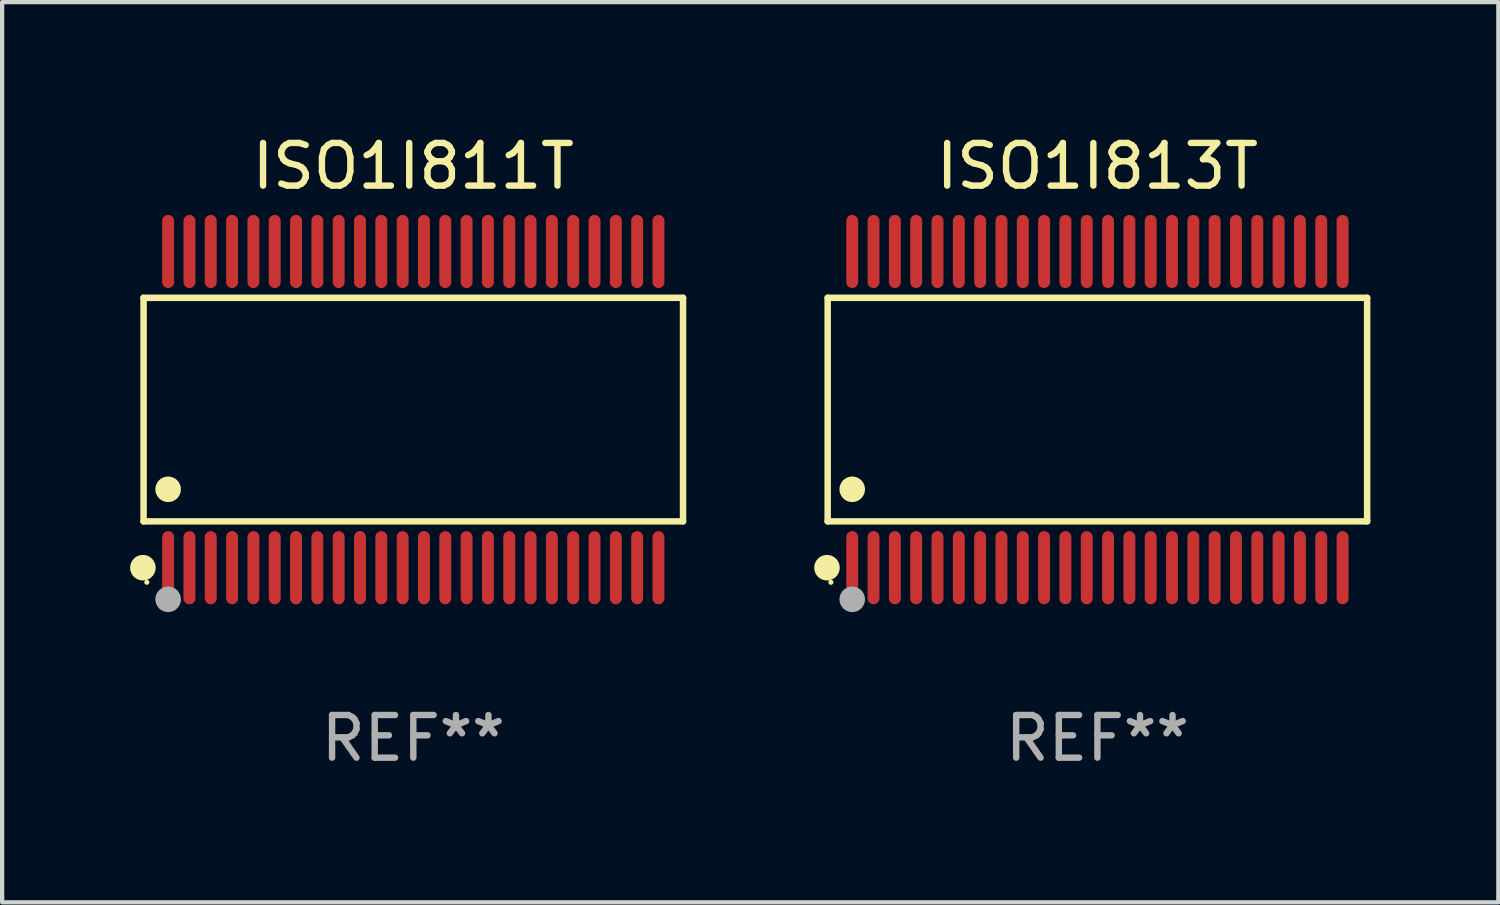
<source format=kicad_pcb>
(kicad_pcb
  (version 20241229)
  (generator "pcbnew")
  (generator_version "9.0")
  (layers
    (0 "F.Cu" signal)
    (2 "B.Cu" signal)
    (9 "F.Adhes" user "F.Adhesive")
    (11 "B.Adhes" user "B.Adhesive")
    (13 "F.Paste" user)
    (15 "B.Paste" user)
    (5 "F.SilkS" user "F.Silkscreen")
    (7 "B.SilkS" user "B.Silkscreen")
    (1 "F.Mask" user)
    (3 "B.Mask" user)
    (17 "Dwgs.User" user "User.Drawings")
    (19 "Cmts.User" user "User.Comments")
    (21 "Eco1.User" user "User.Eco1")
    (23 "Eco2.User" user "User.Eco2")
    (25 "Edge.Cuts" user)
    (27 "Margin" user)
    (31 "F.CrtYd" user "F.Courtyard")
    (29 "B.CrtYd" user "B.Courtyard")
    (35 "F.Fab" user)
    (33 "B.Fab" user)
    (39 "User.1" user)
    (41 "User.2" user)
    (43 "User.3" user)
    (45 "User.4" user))
  (footprint "ISO1I811T"
    (layer "F.Cu")
    (at 6.643 6.556)
    (property "Reference" "ISO1I811T" (at 0 -5.708 0) (layer "F.SilkS") (effects (font (size 1 1) (thickness 0.15))))
    (attr through_hole)
    (fp_line (start -6.326 -2.622) (end 6.326 -2.622) (stroke (width 0.152) (type solid)) (layer "F.SilkS"))
    (fp_line (start -6.326 2.621) (end -6.326 -2.622) (stroke (width 0.152) (type solid)) (layer "F.SilkS"))
    (fp_line (start 6.326 -2.622) (end 6.326 2.621) (stroke (width 0.152) (type solid)) (layer "F.SilkS"))
    (fp_line (start 6.326 2.621) (end -6.326 2.621) (stroke (width 0.152) (type solid)) (layer "F.SilkS"))
    (fp_circle (center -6.342 3.708) (end -6.192 3.708) (stroke (width 0.3) (type solid)) (fill no) (layer "F.SilkS"))
    (fp_circle (center -6.25 4.05) (end -6.22 4.05) (stroke (width 0.06) (type solid)) (fill no) (layer "F.SilkS"))
    (fp_circle (center -5.75 1.869) (end -5.6 1.869) (stroke (width 0.3) (type solid)) (fill no) (layer "F.SilkS"))
    (fp_circle (center -5.75 4.45) (end -5.6 4.45) (stroke (width 0.3) (type solid)) (fill no) (layer "F.Fab"))
    (fp_text user "REF**" (at 0 7.708 0) (layer "F.Fab") (effects (font (size 1 1) (thickness 0.15))))
    (pad "1" smd oval (at -5.75 3.708) (size 0.28 1.715) (layers "F.Cu" "F.Mask" "F.Paste"))
    (pad "2" smd oval (at -5.25 3.708) (size 0.28 1.715) (layers "F.Cu" "F.Mask" "F.Paste"))
    (pad "3" smd oval (at -4.75 3.708) (size 0.28 1.715) (layers "F.Cu" "F.Mask" "F.Paste"))
    (pad "4" smd oval (at -4.25 3.708) (size 0.28 1.715) (layers "F.Cu" "F.Mask" "F.Paste"))
    (pad "5" smd oval (at -3.75 3.708) (size 0.28 1.715) (layers "F.Cu" "F.Mask" "F.Paste"))
    (pad "6" smd oval (at -3.25 3.708) (size 0.28 1.715) (layers "F.Cu" "F.Mask" "F.Paste"))
    (pad "7" smd oval (at -2.75 3.708) (size 0.28 1.715) (layers "F.Cu" "F.Mask" "F.Paste"))
    (pad "8" smd oval (at -2.25 3.708) (size 0.28 1.715) (layers "F.Cu" "F.Mask" "F.Paste"))
    (pad "9" smd oval (at -1.75 3.708) (size 0.28 1.715) (layers "F.Cu" "F.Mask" "F.Paste"))
    (pad "10" smd oval (at -1.25 3.708) (size 0.28 1.715) (layers "F.Cu" "F.Mask" "F.Paste"))
    (pad "11" smd oval (at -0.75 3.708) (size 0.28 1.715) (layers "F.Cu" "F.Mask" "F.Paste"))
    (pad "12" smd oval (at -0.25 3.708) (size 0.28 1.715) (layers "F.Cu" "F.Mask" "F.Paste"))
    (pad "13" smd oval (at 0.25 3.708) (size 0.28 1.715) (layers "F.Cu" "F.Mask" "F.Paste"))
    (pad "14" smd oval (at 0.75 3.708) (size 0.28 1.715) (layers "F.Cu" "F.Mask" "F.Paste"))
    (pad "15" smd oval (at 1.25 3.708) (size 0.28 1.715) (layers "F.Cu" "F.Mask" "F.Paste"))
    (pad "16" smd oval (at 1.75 3.708) (size 0.28 1.715) (layers "F.Cu" "F.Mask" "F.Paste"))
    (pad "17" smd oval (at 2.25 3.708) (size 0.28 1.715) (layers "F.Cu" "F.Mask" "F.Paste"))
    (pad "18" smd oval (at 2.75 3.708) (size 0.28 1.715) (layers "F.Cu" "F.Mask" "F.Paste"))
    (pad "19" smd oval (at 3.25 3.708) (size 0.28 1.715) (layers "F.Cu" "F.Mask" "F.Paste"))
    (pad "20" smd oval (at 3.75 3.708) (size 0.28 1.715) (layers "F.Cu" "F.Mask" "F.Paste"))
    (pad "21" smd oval (at 4.25 3.708) (size 0.28 1.715) (layers "F.Cu" "F.Mask" "F.Paste"))
    (pad "22" smd oval (at 4.75 3.708) (size 0.28 1.715) (layers "F.Cu" "F.Mask" "F.Paste"))
    (pad "23" smd oval (at 5.25 3.708) (size 0.28 1.715) (layers "F.Cu" "F.Mask" "F.Paste"))
    (pad "24" smd oval (at 5.75 3.708) (size 0.28 1.715) (layers "F.Cu" "F.Mask" "F.Paste"))
    (pad "25" smd oval (at 5.75 -3.708) (size 0.28 1.715) (layers "F.Cu" "F.Mask" "F.Paste"))
    (pad "26" smd oval (at 5.25 -3.708) (size 0.28 1.715) (layers "F.Cu" "F.Mask" "F.Paste"))
    (pad "27" smd oval (at 4.75 -3.708) (size 0.28 1.715) (layers "F.Cu" "F.Mask" "F.Paste"))
    (pad "28" smd oval (at 4.25 -3.708) (size 0.28 1.715) (layers "F.Cu" "F.Mask" "F.Paste"))
    (pad "29" smd oval (at 3.75 -3.708) (size 0.28 1.715) (layers "F.Cu" "F.Mask" "F.Paste"))
    (pad "30" smd oval (at 3.25 -3.708) (size 0.28 1.715) (layers "F.Cu" "F.Mask" "F.Paste"))
    (pad "31" smd oval (at 2.75 -3.708) (size 0.28 1.715) (layers "F.Cu" "F.Mask" "F.Paste"))
    (pad "32" smd oval (at 2.25 -3.708) (size 0.28 1.715) (layers "F.Cu" "F.Mask" "F.Paste"))
    (pad "33" smd oval (at 1.75 -3.708) (size 0.28 1.715) (layers "F.Cu" "F.Mask" "F.Paste"))
    (pad "34" smd oval (at 1.25 -3.708) (size 0.28 1.715) (layers "F.Cu" "F.Mask" "F.Paste"))
    (pad "35" smd oval (at 0.75 -3.708) (size 0.28 1.715) (layers "F.Cu" "F.Mask" "F.Paste"))
    (pad "36" smd oval (at 0.25 -3.708) (size 0.28 1.715) (layers "F.Cu" "F.Mask" "F.Paste"))
    (pad "37" smd oval (at -0.25 -3.708) (size 0.28 1.715) (layers "F.Cu" "F.Mask" "F.Paste"))
    (pad "38" smd oval (at -0.75 -3.708) (size 0.28 1.715) (layers "F.Cu" "F.Mask" "F.Paste"))
    (pad "39" smd oval (at -1.25 -3.708) (size 0.28 1.715) (layers "F.Cu" "F.Mask" "F.Paste"))
    (pad "40" smd oval (at -1.75 -3.708) (size 0.28 1.715) (layers "F.Cu" "F.Mask" "F.Paste"))
    (pad "41" smd oval (at -2.25 -3.708) (size 0.28 1.715) (layers "F.Cu" "F.Mask" "F.Paste"))
    (pad "42" smd oval (at -2.75 -3.708) (size 0.28 1.715) (layers "F.Cu" "F.Mask" "F.Paste"))
    (pad "43" smd oval (at -3.25 -3.708) (size 0.28 1.715) (layers "F.Cu" "F.Mask" "F.Paste"))
    (pad "44" smd oval (at -3.75 -3.708) (size 0.28 1.715) (layers "F.Cu" "F.Mask" "F.Paste"))
    (pad "45" smd oval (at -4.25 -3.708) (size 0.28 1.715) (layers "F.Cu" "F.Mask" "F.Paste"))
    (pad "46" smd oval (at -4.75 -3.708) (size 0.28 1.715) (layers "F.Cu" "F.Mask" "F.Paste"))
    (pad "47" smd oval (at -5.25 -3.708) (size 0.28 1.715) (layers "F.Cu" "F.Mask" "F.Paste"))
    (pad "48" smd oval (at -5.75 -3.708) (size 0.28 1.715) (layers "F.Cu" "F.Mask" "F.Paste")))
  (footprint "ISO1I813T"
    (layer "F.Cu")
    (at 22.687 6.556)
    (property "Reference" "ISO1I813T" (at 0 -5.708 0) (layer "F.SilkS") (effects (font (size 1 1) (thickness 0.15))))
    (attr through_hole)
    (fp_line (start -6.326 -2.622) (end 6.326 -2.622) (stroke (width 0.152) (type solid)) (layer "F.SilkS"))
    (fp_line (start -6.326 2.621) (end -6.326 -2.622) (stroke (width 0.152) (type solid)) (layer "F.SilkS"))
    (fp_line (start 6.326 -2.622) (end 6.326 2.621) (stroke (width 0.152) (type solid)) (layer "F.SilkS"))
    (fp_line (start 6.326 2.621) (end -6.326 2.621) (stroke (width 0.152) (type solid)) (layer "F.SilkS"))
    (fp_circle (center -6.342 3.708) (end -6.192 3.708) (stroke (width 0.3) (type solid)) (fill no) (layer "F.SilkS"))
    (fp_circle (center -6.25 4.05) (end -6.22 4.05) (stroke (width 0.06) (type solid)) (fill no) (layer "F.SilkS"))
    (fp_circle (center -5.75 1.869) (end -5.6 1.869) (stroke (width 0.3) (type solid)) (fill no) (layer "F.SilkS"))
    (fp_circle (center -5.75 4.45) (end -5.6 4.45) (stroke (width 0.3) (type solid)) (fill no) (layer "F.Fab"))
    (fp_text user "REF**" (at 0 7.708 0) (layer "F.Fab") (effects (font (size 1 1) (thickness 0.15))))
    (pad "1" smd oval (at -5.75 3.708) (size 0.28 1.715) (layers "F.Cu" "F.Mask" "F.Paste"))
    (pad "2" smd oval (at -5.25 3.708) (size 0.28 1.715) (layers "F.Cu" "F.Mask" "F.Paste"))
    (pad "3" smd oval (at -4.75 3.708) (size 0.28 1.715) (layers "F.Cu" "F.Mask" "F.Paste"))
    (pad "4" smd oval (at -4.25 3.708) (size 0.28 1.715) (layers "F.Cu" "F.Mask" "F.Paste"))
    (pad "5" smd oval (at -3.75 3.708) (size 0.28 1.715) (layers "F.Cu" "F.Mask" "F.Paste"))
    (pad "6" smd oval (at -3.25 3.708) (size 0.28 1.715) (layers "F.Cu" "F.Mask" "F.Paste"))
    (pad "7" smd oval (at -2.75 3.708) (size 0.28 1.715) (layers "F.Cu" "F.Mask" "F.Paste"))
    (pad "8" smd oval (at -2.25 3.708) (size 0.28 1.715) (layers "F.Cu" "F.Mask" "F.Paste"))
    (pad "9" smd oval (at -1.75 3.708) (size 0.28 1.715) (layers "F.Cu" "F.Mask" "F.Paste"))
    (pad "10" smd oval (at -1.25 3.708) (size 0.28 1.715) (layers "F.Cu" "F.Mask" "F.Paste"))
    (pad "11" smd oval (at -0.75 3.708) (size 0.28 1.715) (layers "F.Cu" "F.Mask" "F.Paste"))
    (pad "12" smd oval (at -0.25 3.708) (size 0.28 1.715) (layers "F.Cu" "F.Mask" "F.Paste"))
    (pad "13" smd oval (at 0.25 3.708) (size 0.28 1.715) (layers "F.Cu" "F.Mask" "F.Paste"))
    (pad "14" smd oval (at 0.75 3.708) (size 0.28 1.715) (layers "F.Cu" "F.Mask" "F.Paste"))
    (pad "15" smd oval (at 1.25 3.708) (size 0.28 1.715) (layers "F.Cu" "F.Mask" "F.Paste"))
    (pad "16" smd oval (at 1.75 3.708) (size 0.28 1.715) (layers "F.Cu" "F.Mask" "F.Paste"))
    (pad "17" smd oval (at 2.25 3.708) (size 0.28 1.715) (layers "F.Cu" "F.Mask" "F.Paste"))
    (pad "18" smd oval (at 2.75 3.708) (size 0.28 1.715) (layers "F.Cu" "F.Mask" "F.Paste"))
    (pad "19" smd oval (at 3.25 3.708) (size 0.28 1.715) (layers "F.Cu" "F.Mask" "F.Paste"))
    (pad "20" smd oval (at 3.75 3.708) (size 0.28 1.715) (layers "F.Cu" "F.Mask" "F.Paste"))
    (pad "21" smd oval (at 4.25 3.708) (size 0.28 1.715) (layers "F.Cu" "F.Mask" "F.Paste"))
    (pad "22" smd oval (at 4.75 3.708) (size 0.28 1.715) (layers "F.Cu" "F.Mask" "F.Paste"))
    (pad "23" smd oval (at 5.25 3.708) (size 0.28 1.715) (layers "F.Cu" "F.Mask" "F.Paste"))
    (pad "24" smd oval (at 5.75 3.708) (size 0.28 1.715) (layers "F.Cu" "F.Mask" "F.Paste"))
    (pad "25" smd oval (at 5.75 -3.708) (size 0.28 1.715) (layers "F.Cu" "F.Mask" "F.Paste"))
    (pad "26" smd oval (at 5.25 -3.708) (size 0.28 1.715) (layers "F.Cu" "F.Mask" "F.Paste"))
    (pad "27" smd oval (at 4.75 -3.708) (size 0.28 1.715) (layers "F.Cu" "F.Mask" "F.Paste"))
    (pad "28" smd oval (at 4.25 -3.708) (size 0.28 1.715) (layers "F.Cu" "F.Mask" "F.Paste"))
    (pad "29" smd oval (at 3.75 -3.708) (size 0.28 1.715) (layers "F.Cu" "F.Mask" "F.Paste"))
    (pad "30" smd oval (at 3.25 -3.708) (size 0.28 1.715) (layers "F.Cu" "F.Mask" "F.Paste"))
    (pad "31" smd oval (at 2.75 -3.708) (size 0.28 1.715) (layers "F.Cu" "F.Mask" "F.Paste"))
    (pad "32" smd oval (at 2.25 -3.708) (size 0.28 1.715) (layers "F.Cu" "F.Mask" "F.Paste"))
    (pad "33" smd oval (at 1.75 -3.708) (size 0.28 1.715) (layers "F.Cu" "F.Mask" "F.Paste"))
    (pad "34" smd oval (at 1.25 -3.708) (size 0.28 1.715) (layers "F.Cu" "F.Mask" "F.Paste"))
    (pad "35" smd oval (at 0.75 -3.708) (size 0.28 1.715) (layers "F.Cu" "F.Mask" "F.Paste"))
    (pad "36" smd oval (at 0.25 -3.708) (size 0.28 1.715) (layers "F.Cu" "F.Mask" "F.Paste"))
    (pad "37" smd oval (at -0.25 -3.708) (size 0.28 1.715) (layers "F.Cu" "F.Mask" "F.Paste"))
    (pad "38" smd oval (at -0.75 -3.708) (size 0.28 1.715) (layers "F.Cu" "F.Mask" "F.Paste"))
    (pad "39" smd oval (at -1.25 -3.708) (size 0.28 1.715) (layers "F.Cu" "F.Mask" "F.Paste"))
    (pad "40" smd oval (at -1.75 -3.708) (size 0.28 1.715) (layers "F.Cu" "F.Mask" "F.Paste"))
    (pad "41" smd oval (at -2.25 -3.708) (size 0.28 1.715) (layers "F.Cu" "F.Mask" "F.Paste"))
    (pad "42" smd oval (at -2.75 -3.708) (size 0.28 1.715) (layers "F.Cu" "F.Mask" "F.Paste"))
    (pad "43" smd oval (at -3.25 -3.708) (size 0.28 1.715) (layers "F.Cu" "F.Mask" "F.Paste"))
    (pad "44" smd oval (at -3.75 -3.708) (size 0.28 1.715) (layers "F.Cu" "F.Mask" "F.Paste"))
    (pad "45" smd oval (at -4.25 -3.708) (size 0.28 1.715) (layers "F.Cu" "F.Mask" "F.Paste"))
    (pad "46" smd oval (at -4.75 -3.708) (size 0.28 1.715) (layers "F.Cu" "F.Mask" "F.Paste"))
    (pad "47" smd oval (at -5.25 -3.708) (size 0.28 1.715) (layers "F.Cu" "F.Mask" "F.Paste"))
    (pad "48" smd oval (at -5.75 -3.708) (size 0.28 1.715) (layers "F.Cu" "F.Mask" "F.Paste")))
  (gr_rect
    (start -3 -3)
    (end 32.09 18.112)
    (stroke (width 0.1) (type default))
    (fill no)
    (layer "Edge.Cuts")))
</source>
